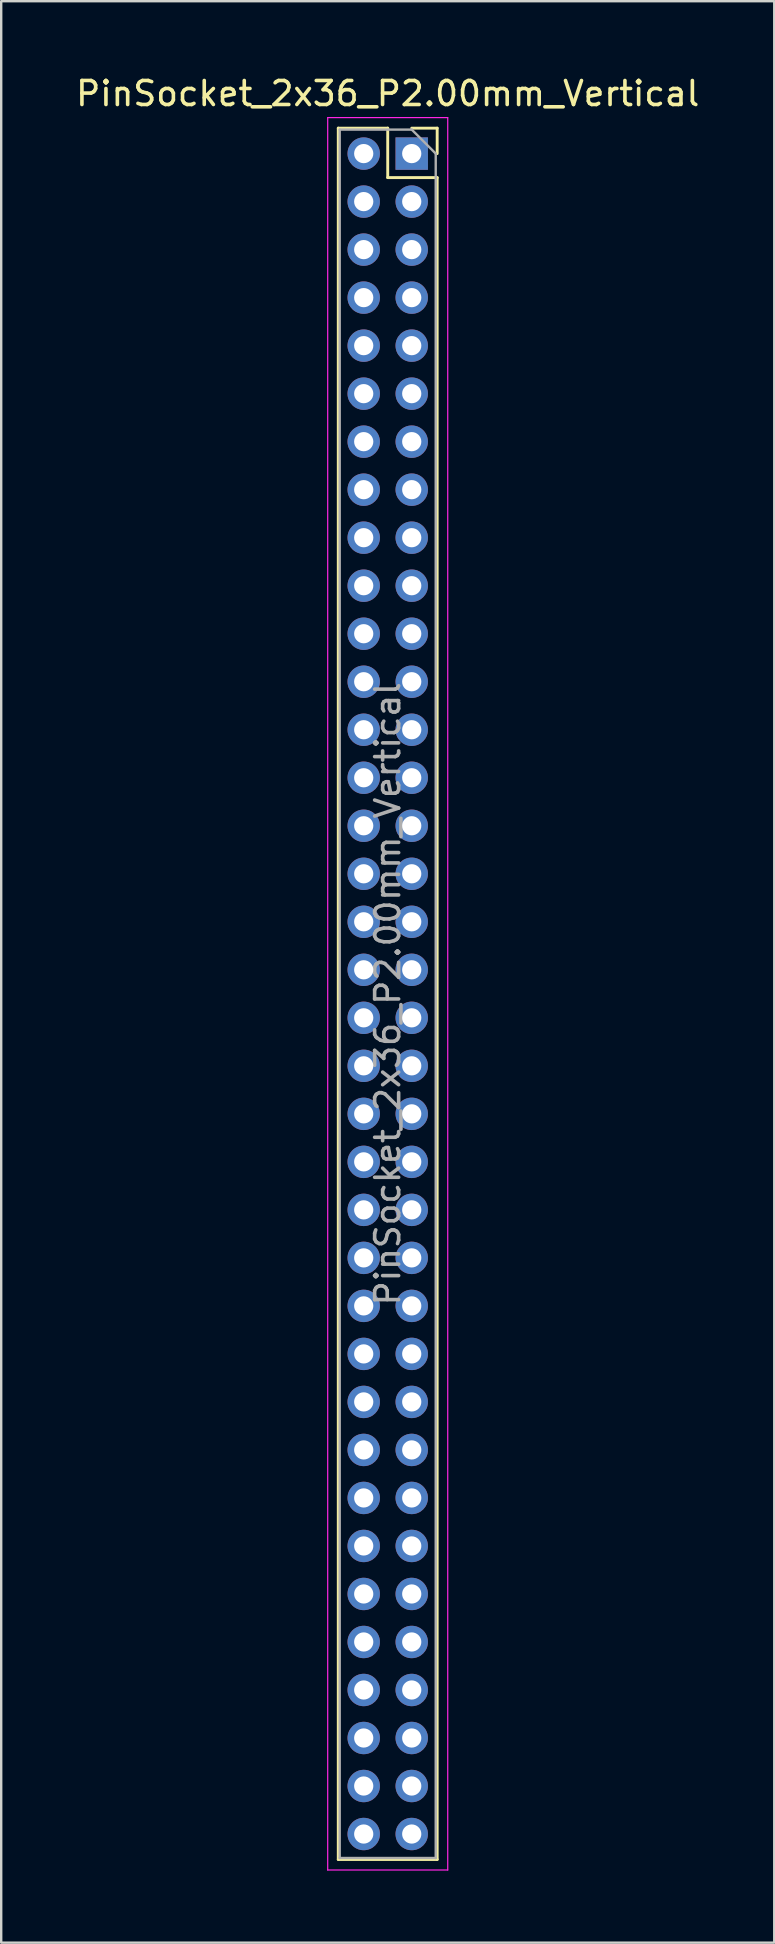
<source format=kicad_pcb>
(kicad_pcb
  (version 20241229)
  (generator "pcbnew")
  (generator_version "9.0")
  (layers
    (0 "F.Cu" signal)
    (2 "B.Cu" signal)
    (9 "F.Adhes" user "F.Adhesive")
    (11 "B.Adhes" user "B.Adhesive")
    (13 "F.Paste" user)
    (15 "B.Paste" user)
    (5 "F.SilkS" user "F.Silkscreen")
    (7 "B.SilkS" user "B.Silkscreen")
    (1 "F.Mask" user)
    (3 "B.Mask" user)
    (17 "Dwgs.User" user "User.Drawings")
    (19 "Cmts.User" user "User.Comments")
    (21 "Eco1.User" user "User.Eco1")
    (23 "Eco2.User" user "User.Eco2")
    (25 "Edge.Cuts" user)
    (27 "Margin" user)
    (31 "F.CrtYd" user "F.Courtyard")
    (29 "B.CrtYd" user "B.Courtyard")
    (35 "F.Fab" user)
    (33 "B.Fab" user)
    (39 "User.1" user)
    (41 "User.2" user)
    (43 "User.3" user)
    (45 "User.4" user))
  (footprint "PinSocket_2x36_P2.00mm_Vertical"
    (layer "F.Cu")
    (at 14.101 3.348)
    (property "Reference" "PinSocket_2x36_P2.00mm_Vertical" (at -1 -2.5 0) (layer "F.SilkS") (effects (font (size 1 1) (thickness 0.15))))
    (attr through_hole)
    (fp_line (start -3.06 -1.06) (end -3.06 71.06) (stroke (width 0.12) (type solid)) (layer "F.SilkS"))
    (fp_line (start -3.06 -1.06) (end -1 -1.06) (stroke (width 0.12) (type solid)) (layer "F.SilkS"))
    (fp_line (start -3.06 71.06) (end 1.06 71.06) (stroke (width 0.12) (type solid)) (layer "F.SilkS"))
    (fp_line (start -1 -1.06) (end -1 1) (stroke (width 0.12) (type solid)) (layer "F.SilkS"))
    (fp_line (start -1 1) (end 1.06 1) (stroke (width 0.12) (type solid)) (layer "F.SilkS"))
    (fp_line (start 0 -1.06) (end 1.06 -1.06) (stroke (width 0.12) (type solid)) (layer "F.SilkS"))
    (fp_line (start 1.06 -1.06) (end 1.06 0) (stroke (width 0.12) (type solid)) (layer "F.SilkS"))
    (fp_line (start 1.06 1) (end 1.06 71.06) (stroke (width 0.12) (type solid)) (layer "F.SilkS"))
    (fp_line (start -3.5 -1.5) (end 1.5 -1.5) (stroke (width 0.05) (type solid)) (layer "F.CrtYd"))
    (fp_line (start -3.5 71.5) (end -3.5 -1.5) (stroke (width 0.05) (type solid)) (layer "F.CrtYd"))
    (fp_line (start 1.5 -1.5) (end 1.5 71.5) (stroke (width 0.05) (type solid)) (layer "F.CrtYd"))
    (fp_line (start 1.5 71.5) (end -3.5 71.5) (stroke (width 0.05) (type solid)) (layer "F.CrtYd"))
    (fp_line (start -3 -1) (end 0 -1) (stroke (width 0.1) (type solid)) (layer "F.Fab"))
    (fp_line (start -3 71) (end -3 -1) (stroke (width 0.1) (type solid)) (layer "F.Fab"))
    (fp_line (start 0 -1) (end 1 0) (stroke (width 0.1) (type solid)) (layer "F.Fab"))
    (fp_line (start 1 0) (end 1 71) (stroke (width 0.1) (type solid)) (layer "F.Fab"))
    (fp_line (start 1 71) (end -3 71) (stroke (width 0.1) (type solid)) (layer "F.Fab"))
    (fp_text user "${REFERENCE}" (at -1 35 90) (layer "F.Fab") (effects (font (size 1 1) (thickness 0.15))))
    (pad "1" thru_hole rect (at 0 0) (size 1.35 1.35) (drill 0.8) (layers "*.Cu" "*.Mask"))
    (pad "2" thru_hole circle (at -2 0) (size 1.35 1.35) (drill 0.8) (layers "*.Cu" "*.Mask"))
    (pad "3" thru_hole circle (at 0 2) (size 1.35 1.35) (drill 0.8) (layers "*.Cu" "*.Mask"))
    (pad "4" thru_hole circle (at -2 2) (size 1.35 1.35) (drill 0.8) (layers "*.Cu" "*.Mask"))
    (pad "5" thru_hole circle (at 0 4) (size 1.35 1.35) (drill 0.8) (layers "*.Cu" "*.Mask"))
    (pad "6" thru_hole circle (at -2 4) (size 1.35 1.35) (drill 0.8) (layers "*.Cu" "*.Mask"))
    (pad "7" thru_hole circle (at 0 6) (size 1.35 1.35) (drill 0.8) (layers "*.Cu" "*.Mask"))
    (pad "8" thru_hole circle (at -2 6) (size 1.35 1.35) (drill 0.8) (layers "*.Cu" "*.Mask"))
    (pad "9" thru_hole circle (at 0 8) (size 1.35 1.35) (drill 0.8) (layers "*.Cu" "*.Mask"))
    (pad "10" thru_hole circle (at -2 8) (size 1.35 1.35) (drill 0.8) (layers "*.Cu" "*.Mask"))
    (pad "11" thru_hole circle (at 0 10) (size 1.35 1.35) (drill 0.8) (layers "*.Cu" "*.Mask"))
    (pad "12" thru_hole circle (at -2 10) (size 1.35 1.35) (drill 0.8) (layers "*.Cu" "*.Mask"))
    (pad "13" thru_hole circle (at 0 12) (size 1.35 1.35) (drill 0.8) (layers "*.Cu" "*.Mask"))
    (pad "14" thru_hole circle (at -2 12) (size 1.35 1.35) (drill 0.8) (layers "*.Cu" "*.Mask"))
    (pad "15" thru_hole circle (at 0 14) (size 1.35 1.35) (drill 0.8) (layers "*.Cu" "*.Mask"))
    (pad "16" thru_hole circle (at -2 14) (size 1.35 1.35) (drill 0.8) (layers "*.Cu" "*.Mask"))
    (pad "17" thru_hole circle (at 0 16) (size 1.35 1.35) (drill 0.8) (layers "*.Cu" "*.Mask"))
    (pad "18" thru_hole circle (at -2 16) (size 1.35 1.35) (drill 0.8) (layers "*.Cu" "*.Mask"))
    (pad "19" thru_hole circle (at 0 18) (size 1.35 1.35) (drill 0.8) (layers "*.Cu" "*.Mask"))
    (pad "20" thru_hole circle (at -2 18) (size 1.35 1.35) (drill 0.8) (layers "*.Cu" "*.Mask"))
    (pad "21" thru_hole circle (at 0 20) (size 1.35 1.35) (drill 0.8) (layers "*.Cu" "*.Mask"))
    (pad "22" thru_hole circle (at -2 20) (size 1.35 1.35) (drill 0.8) (layers "*.Cu" "*.Mask"))
    (pad "23" thru_hole circle (at 0 22) (size 1.35 1.35) (drill 0.8) (layers "*.Cu" "*.Mask"))
    (pad "24" thru_hole circle (at -2 22) (size 1.35 1.35) (drill 0.8) (layers "*.Cu" "*.Mask"))
    (pad "25" thru_hole circle (at 0 24) (size 1.35 1.35) (drill 0.8) (layers "*.Cu" "*.Mask"))
    (pad "26" thru_hole circle (at -2 24) (size 1.35 1.35) (drill 0.8) (layers "*.Cu" "*.Mask"))
    (pad "27" thru_hole circle (at 0 26) (size 1.35 1.35) (drill 0.8) (layers "*.Cu" "*.Mask"))
    (pad "28" thru_hole circle (at -2 26) (size 1.35 1.35) (drill 0.8) (layers "*.Cu" "*.Mask"))
    (pad "29" thru_hole circle (at 0 28) (size 1.35 1.35) (drill 0.8) (layers "*.Cu" "*.Mask"))
    (pad "30" thru_hole circle (at -2 28) (size 1.35 1.35) (drill 0.8) (layers "*.Cu" "*.Mask"))
    (pad "31" thru_hole circle (at 0 30) (size 1.35 1.35) (drill 0.8) (layers "*.Cu" "*.Mask"))
    (pad "32" thru_hole circle (at -2 30) (size 1.35 1.35) (drill 0.8) (layers "*.Cu" "*.Mask"))
    (pad "33" thru_hole circle (at 0 32) (size 1.35 1.35) (drill 0.8) (layers "*.Cu" "*.Mask"))
    (pad "34" thru_hole circle (at -2 32) (size 1.35 1.35) (drill 0.8) (layers "*.Cu" "*.Mask"))
    (pad "35" thru_hole circle (at 0 34) (size 1.35 1.35) (drill 0.8) (layers "*.Cu" "*.Mask"))
    (pad "36" thru_hole circle (at -2 34) (size 1.35 1.35) (drill 0.8) (layers "*.Cu" "*.Mask"))
    (pad "37" thru_hole circle (at 0 36) (size 1.35 1.35) (drill 0.8) (layers "*.Cu" "*.Mask"))
    (pad "38" thru_hole circle (at -2 36) (size 1.35 1.35) (drill 0.8) (layers "*.Cu" "*.Mask"))
    (pad "39" thru_hole circle (at 0 38) (size 1.35 1.35) (drill 0.8) (layers "*.Cu" "*.Mask"))
    (pad "40" thru_hole circle (at -2 38) (size 1.35 1.35) (drill 0.8) (layers "*.Cu" "*.Mask"))
    (pad "41" thru_hole circle (at 0 40) (size 1.35 1.35) (drill 0.8) (layers "*.Cu" "*.Mask"))
    (pad "42" thru_hole circle (at -2 40) (size 1.35 1.35) (drill 0.8) (layers "*.Cu" "*.Mask"))
    (pad "43" thru_hole circle (at 0 42) (size 1.35 1.35) (drill 0.8) (layers "*.Cu" "*.Mask"))
    (pad "44" thru_hole circle (at -2 42) (size 1.35 1.35) (drill 0.8) (layers "*.Cu" "*.Mask"))
    (pad "45" thru_hole circle (at 0 44) (size 1.35 1.35) (drill 0.8) (layers "*.Cu" "*.Mask"))
    (pad "46" thru_hole circle (at -2 44) (size 1.35 1.35) (drill 0.8) (layers "*.Cu" "*.Mask"))
    (pad "47" thru_hole circle (at 0 46) (size 1.35 1.35) (drill 0.8) (layers "*.Cu" "*.Mask"))
    (pad "48" thru_hole circle (at -2 46) (size 1.35 1.35) (drill 0.8) (layers "*.Cu" "*.Mask"))
    (pad "49" thru_hole circle (at 0 48) (size 1.35 1.35) (drill 0.8) (layers "*.Cu" "*.Mask"))
    (pad "50" thru_hole circle (at -2 48) (size 1.35 1.35) (drill 0.8) (layers "*.Cu" "*.Mask"))
    (pad "51" thru_hole circle (at 0 50) (size 1.35 1.35) (drill 0.8) (layers "*.Cu" "*.Mask"))
    (pad "52" thru_hole circle (at -2 50) (size 1.35 1.35) (drill 0.8) (layers "*.Cu" "*.Mask"))
    (pad "53" thru_hole circle (at 0 52) (size 1.35 1.35) (drill 0.8) (layers "*.Cu" "*.Mask"))
    (pad "54" thru_hole circle (at -2 52) (size 1.35 1.35) (drill 0.8) (layers "*.Cu" "*.Mask"))
    (pad "55" thru_hole circle (at 0 54) (size 1.35 1.35) (drill 0.8) (layers "*.Cu" "*.Mask"))
    (pad "56" thru_hole circle (at -2 54) (size 1.35 1.35) (drill 0.8) (layers "*.Cu" "*.Mask"))
    (pad "57" thru_hole circle (at 0 56) (size 1.35 1.35) (drill 0.8) (layers "*.Cu" "*.Mask"))
    (pad "58" thru_hole circle (at -2 56) (size 1.35 1.35) (drill 0.8) (layers "*.Cu" "*.Mask"))
    (pad "59" thru_hole circle (at 0 58) (size 1.35 1.35) (drill 0.8) (layers "*.Cu" "*.Mask"))
    (pad "60" thru_hole circle (at -2 58) (size 1.35 1.35) (drill 0.8) (layers "*.Cu" "*.Mask"))
    (pad "61" thru_hole circle (at 0 60) (size 1.35 1.35) (drill 0.8) (layers "*.Cu" "*.Mask"))
    (pad "62" thru_hole circle (at -2 60) (size 1.35 1.35) (drill 0.8) (layers "*.Cu" "*.Mask"))
    (pad "63" thru_hole circle (at 0 62) (size 1.35 1.35) (drill 0.8) (layers "*.Cu" "*.Mask"))
    (pad "64" thru_hole circle (at -2 62) (size 1.35 1.35) (drill 0.8) (layers "*.Cu" "*.Mask"))
    (pad "65" thru_hole circle (at 0 64) (size 1.35 1.35) (drill 0.8) (layers "*.Cu" "*.Mask"))
    (pad "66" thru_hole circle (at -2 64) (size 1.35 1.35) (drill 0.8) (layers "*.Cu" "*.Mask"))
    (pad "67" thru_hole circle (at 0 66) (size 1.35 1.35) (drill 0.8) (layers "*.Cu" "*.Mask"))
    (pad "68" thru_hole circle (at -2 66) (size 1.35 1.35) (drill 0.8) (layers "*.Cu" "*.Mask"))
    (pad "69" thru_hole circle (at 0 68) (size 1.35 1.35) (drill 0.8) (layers "*.Cu" "*.Mask"))
    (pad "70" thru_hole circle (at -2 68) (size 1.35 1.35) (drill 0.8) (layers "*.Cu" "*.Mask"))
    (pad "71" thru_hole circle (at 0 70) (size 1.35 1.35) (drill 0.8) (layers "*.Cu" "*.Mask"))
    (pad "72" thru_hole circle (at -2 70) (size 1.35 1.35) (drill 0.8) (layers "*.Cu" "*.Mask")))
  (gr_rect
    (start -3 -3)
    (end 29.202 77.873)
    (stroke (width 0.1) (type default))
    (fill no)
    (layer "Edge.Cuts")))
</source>
